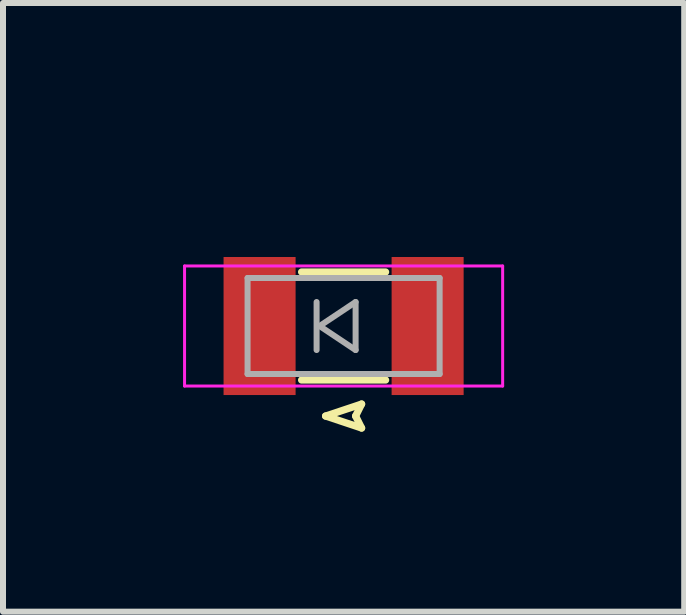
<source format=kicad_pcb>
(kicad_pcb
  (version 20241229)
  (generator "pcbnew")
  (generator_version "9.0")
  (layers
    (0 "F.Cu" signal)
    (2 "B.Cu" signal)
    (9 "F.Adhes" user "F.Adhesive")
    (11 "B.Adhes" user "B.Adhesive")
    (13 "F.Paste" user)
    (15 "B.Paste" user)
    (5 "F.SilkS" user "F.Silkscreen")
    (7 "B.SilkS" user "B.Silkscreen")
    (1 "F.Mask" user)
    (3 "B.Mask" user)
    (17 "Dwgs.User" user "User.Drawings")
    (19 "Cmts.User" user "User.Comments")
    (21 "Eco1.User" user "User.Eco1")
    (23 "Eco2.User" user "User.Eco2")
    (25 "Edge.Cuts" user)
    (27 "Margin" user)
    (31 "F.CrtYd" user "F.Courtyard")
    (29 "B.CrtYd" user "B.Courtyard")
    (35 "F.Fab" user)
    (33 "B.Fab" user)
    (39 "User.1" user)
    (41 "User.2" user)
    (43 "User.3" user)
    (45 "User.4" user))
  (footprint "LED_0807"
    (layer "F.Cu")
    (at 2.675 2.382)
    (property "Reference" "LED_0807" (at 0 -2.381 0) (layer "F.SilkS") (effects (font (size 0.001 0.001) (thickness 0.15))))
    (attr smd)
    (fp_circle (center 0 0) (end 0.1 0) (stroke (width 1.4) (type solid)) (fill no) (layer "F.Mask"))
    (fp_line (start -0.7 -0.9) (end 0.7 -0.9) (stroke (width 0.12) (type solid)) (layer "F.SilkS"))
    (fp_line (start -0.7 0.9) (end 0.7 0.9) (stroke (width 0.12) (type solid)) (layer "F.SilkS"))
    (fp_line (start -0.3 1.5) (end 0.3 1.3) (stroke (width 0.12) (type solid)) (layer "F.SilkS"))
    (fp_line (start -0.3 1.5) (end 0.3 1.7) (stroke (width 0.12) (type solid)) (layer "F.SilkS"))
    (fp_line (start 0.2 1.5) (end 0.3 1.7) (stroke (width 0.12) (type solid)) (layer "F.SilkS"))
    (fp_line (start 0.3 1.3) (end 0.2 1.5) (stroke (width 0.12) (type solid)) (layer "F.SilkS"))
    (fp_line (start -2.65 -1) (end 2.65 -1) (stroke (width 0.05) (type solid)) (layer "F.CrtYd"))
    (fp_line (start -2.65 1) (end -2.65 -1) (stroke (width 0.05) (type solid)) (layer "F.CrtYd"))
    (fp_line (start 2.65 -1) (end 2.65 1) (stroke (width 0.05) (type solid)) (layer "F.CrtYd"))
    (fp_line (start 2.65 1) (end -2.65 1) (stroke (width 0.05) (type solid)) (layer "F.CrtYd"))
    (fp_line (start -1.6 -0.8) (end 1.6 -0.8) (stroke (width 0.1) (type solid)) (layer "F.Fab"))
    (fp_line (start -1.6 0.8) (end -1.6 -0.8) (stroke (width 0.1) (type solid)) (layer "F.Fab"))
    (fp_line (start -0.45 -0.4) (end -0.45 0.4) (stroke (width 0.1) (type solid)) (layer "F.Fab"))
    (fp_line (start -0.4 0) (end 0.2 -0.4) (stroke (width 0.1) (type solid)) (layer "F.Fab"))
    (fp_line (start 0.2 -0.4) (end 0.2 0.4) (stroke (width 0.1) (type solid)) (layer "F.Fab"))
    (fp_line (start 0.2 0.4) (end -0.4 0) (stroke (width 0.1) (type solid)) (layer "F.Fab"))
    (fp_line (start 1.6 -0.8) (end 1.6 0.8) (stroke (width 0.1) (type solid)) (layer "F.Fab"))
    (fp_line (start 1.6 0.8) (end -1.6 0.8) (stroke (width 0.1) (type solid)) (layer "F.Fab"))
    (pad "1" smd rect (at -1.4 0 180) (size 1.2 2.3) (layers "F.Cu" "F.Mask" "F.Paste"))
    (pad "2" smd rect (at 1.4 0 180) (size 1.2 2.3) (layers "F.Cu" "F.Mask" "F.Paste")))
  (gr_rect
    (start -3 -3)
    (end 8.35 7.142)
    (stroke (width 0.1) (type default))
    (fill no)
    (layer "Edge.Cuts")))
</source>
